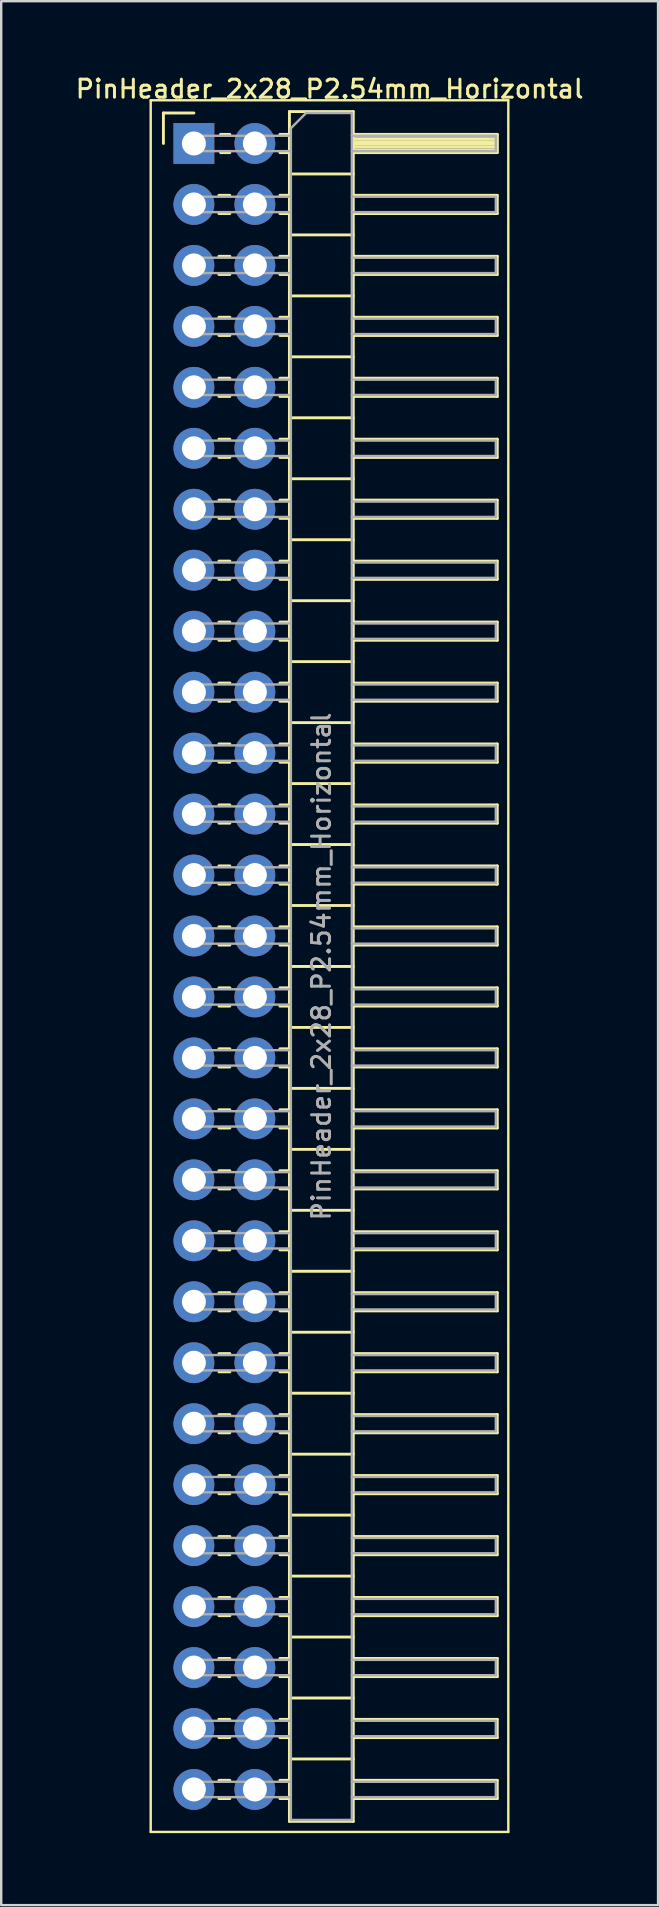
<source format=kicad_pcb>
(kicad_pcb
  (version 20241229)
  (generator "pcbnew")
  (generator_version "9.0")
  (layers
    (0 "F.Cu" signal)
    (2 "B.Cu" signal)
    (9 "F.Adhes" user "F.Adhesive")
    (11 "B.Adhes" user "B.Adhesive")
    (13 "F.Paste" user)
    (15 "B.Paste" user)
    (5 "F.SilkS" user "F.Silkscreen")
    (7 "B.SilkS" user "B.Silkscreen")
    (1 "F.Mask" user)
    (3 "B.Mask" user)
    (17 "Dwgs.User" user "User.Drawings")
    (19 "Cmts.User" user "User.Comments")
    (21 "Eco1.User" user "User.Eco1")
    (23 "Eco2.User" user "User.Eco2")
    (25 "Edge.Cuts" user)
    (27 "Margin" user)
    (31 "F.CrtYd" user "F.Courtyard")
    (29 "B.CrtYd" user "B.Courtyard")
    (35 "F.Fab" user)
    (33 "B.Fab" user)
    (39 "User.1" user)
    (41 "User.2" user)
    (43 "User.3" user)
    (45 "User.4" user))
  (footprint "PinHeader_2x28_P2.54mm_Horizontal"
    (layer "F.Cu")
    (at 5.029 2.928)
    (property "Reference" "PinHeader_2x28_P2.54mm_Horizontal" (at 5.655 -2.27 0) (layer "F.SilkS") (effects (font (size 0.75 0.75) (thickness 0.125))))
    (attr through_hole)
    (fp_line (start -1.8 -1.8) (end -1.8 70.35) (stroke (width 0.1) (type solid)) (layer "F.SilkS"))
    (fp_line (start -1.8 70.35) (end 13.1 70.35) (stroke (width 0.1) (type solid)) (layer "F.SilkS"))
    (fp_line (start -1.27 -1.27) (end 0 -1.27) (stroke (width 0.12) (type solid)) (layer "F.SilkS"))
    (fp_line (start -1.27 0) (end -1.27 -1.27) (stroke (width 0.12) (type solid)) (layer "F.SilkS"))
    (fp_line (start 1.043 2.16) (end 1.497 2.16) (stroke (width 0.12) (type solid)) (layer "F.SilkS"))
    (fp_line (start 1.043 2.92) (end 1.497 2.92) (stroke (width 0.12) (type solid)) (layer "F.SilkS"))
    (fp_line (start 1.043 4.7) (end 1.497 4.7) (stroke (width 0.12) (type solid)) (layer "F.SilkS"))
    (fp_line (start 1.043 5.46) (end 1.497 5.46) (stroke (width 0.12) (type solid)) (layer "F.SilkS"))
    (fp_line (start 1.043 7.24) (end 1.497 7.24) (stroke (width 0.12) (type solid)) (layer "F.SilkS"))
    (fp_line (start 1.043 8) (end 1.497 8) (stroke (width 0.12) (type solid)) (layer "F.SilkS"))
    (fp_line (start 1.043 9.78) (end 1.497 9.78) (stroke (width 0.12) (type solid)) (layer "F.SilkS"))
    (fp_line (start 1.043 10.54) (end 1.497 10.54) (stroke (width 0.12) (type solid)) (layer "F.SilkS"))
    (fp_line (start 1.043 12.32) (end 1.497 12.32) (stroke (width 0.12) (type solid)) (layer "F.SilkS"))
    (fp_line (start 1.043 13.08) (end 1.497 13.08) (stroke (width 0.12) (type solid)) (layer "F.SilkS"))
    (fp_line (start 1.043 14.86) (end 1.497 14.86) (stroke (width 0.12) (type solid)) (layer "F.SilkS"))
    (fp_line (start 1.043 15.62) (end 1.497 15.62) (stroke (width 0.12) (type solid)) (layer "F.SilkS"))
    (fp_line (start 1.043 17.4) (end 1.497 17.4) (stroke (width 0.12) (type solid)) (layer "F.SilkS"))
    (fp_line (start 1.043 18.16) (end 1.497 18.16) (stroke (width 0.12) (type solid)) (layer "F.SilkS"))
    (fp_line (start 1.043 19.94) (end 1.497 19.94) (stroke (width 0.12) (type solid)) (layer "F.SilkS"))
    (fp_line (start 1.043 20.7) (end 1.497 20.7) (stroke (width 0.12) (type solid)) (layer "F.SilkS"))
    (fp_line (start 1.043 22.48) (end 1.497 22.48) (stroke (width 0.12) (type solid)) (layer "F.SilkS"))
    (fp_line (start 1.043 23.24) (end 1.497 23.24) (stroke (width 0.12) (type solid)) (layer "F.SilkS"))
    (fp_line (start 1.043 25.02) (end 1.497 25.02) (stroke (width 0.12) (type solid)) (layer "F.SilkS"))
    (fp_line (start 1.043 25.78) (end 1.497 25.78) (stroke (width 0.12) (type solid)) (layer "F.SilkS"))
    (fp_line (start 1.043 27.56) (end 1.497 27.56) (stroke (width 0.12) (type solid)) (layer "F.SilkS"))
    (fp_line (start 1.043 28.32) (end 1.497 28.32) (stroke (width 0.12) (type solid)) (layer "F.SilkS"))
    (fp_line (start 1.043 30.1) (end 1.497 30.1) (stroke (width 0.12) (type solid)) (layer "F.SilkS"))
    (fp_line (start 1.043 30.86) (end 1.497 30.86) (stroke (width 0.12) (type solid)) (layer "F.SilkS"))
    (fp_line (start 1.043 32.64) (end 1.497 32.64) (stroke (width 0.12) (type solid)) (layer "F.SilkS"))
    (fp_line (start 1.043 33.4) (end 1.497 33.4) (stroke (width 0.12) (type solid)) (layer "F.SilkS"))
    (fp_line (start 1.043 35.18) (end 1.497 35.18) (stroke (width 0.12) (type solid)) (layer "F.SilkS"))
    (fp_line (start 1.043 35.94) (end 1.497 35.94) (stroke (width 0.12) (type solid)) (layer "F.SilkS"))
    (fp_line (start 1.043 37.72) (end 1.497 37.72) (stroke (width 0.12) (type solid)) (layer "F.SilkS"))
    (fp_line (start 1.043 38.48) (end 1.497 38.48) (stroke (width 0.12) (type solid)) (layer "F.SilkS"))
    (fp_line (start 1.043 40.26) (end 1.497 40.26) (stroke (width 0.12) (type solid)) (layer "F.SilkS"))
    (fp_line (start 1.043 41.02) (end 1.497 41.02) (stroke (width 0.12) (type solid)) (layer "F.SilkS"))
    (fp_line (start 1.043 42.8) (end 1.497 42.8) (stroke (width 0.12) (type solid)) (layer "F.SilkS"))
    (fp_line (start 1.043 43.56) (end 1.497 43.56) (stroke (width 0.12) (type solid)) (layer "F.SilkS"))
    (fp_line (start 1.043 45.34) (end 1.497 45.34) (stroke (width 0.12) (type solid)) (layer "F.SilkS"))
    (fp_line (start 1.043 46.1) (end 1.497 46.1) (stroke (width 0.12) (type solid)) (layer "F.SilkS"))
    (fp_line (start 1.043 47.88) (end 1.497 47.88) (stroke (width 0.12) (type solid)) (layer "F.SilkS"))
    (fp_line (start 1.043 48.64) (end 1.497 48.64) (stroke (width 0.12) (type solid)) (layer "F.SilkS"))
    (fp_line (start 1.043 50.42) (end 1.497 50.42) (stroke (width 0.12) (type solid)) (layer "F.SilkS"))
    (fp_line (start 1.043 51.18) (end 1.497 51.18) (stroke (width 0.12) (type solid)) (layer "F.SilkS"))
    (fp_line (start 1.043 52.96) (end 1.497 52.96) (stroke (width 0.12) (type solid)) (layer "F.SilkS"))
    (fp_line (start 1.043 53.72) (end 1.497 53.72) (stroke (width 0.12) (type solid)) (layer "F.SilkS"))
    (fp_line (start 1.043 55.5) (end 1.497 55.5) (stroke (width 0.12) (type solid)) (layer "F.SilkS"))
    (fp_line (start 1.043 56.26) (end 1.497 56.26) (stroke (width 0.12) (type solid)) (layer "F.SilkS"))
    (fp_line (start 1.043 58.04) (end 1.497 58.04) (stroke (width 0.12) (type solid)) (layer "F.SilkS"))
    (fp_line (start 1.043 58.8) (end 1.497 58.8) (stroke (width 0.12) (type solid)) (layer "F.SilkS"))
    (fp_line (start 1.043 60.58) (end 1.497 60.58) (stroke (width 0.12) (type solid)) (layer "F.SilkS"))
    (fp_line (start 1.043 61.34) (end 1.497 61.34) (stroke (width 0.12) (type solid)) (layer "F.SilkS"))
    (fp_line (start 1.043 63.12) (end 1.497 63.12) (stroke (width 0.12) (type solid)) (layer "F.SilkS"))
    (fp_line (start 1.043 63.88) (end 1.497 63.88) (stroke (width 0.12) (type solid)) (layer "F.SilkS"))
    (fp_line (start 1.043 65.66) (end 1.497 65.66) (stroke (width 0.12) (type solid)) (layer "F.SilkS"))
    (fp_line (start 1.043 66.42) (end 1.497 66.42) (stroke (width 0.12) (type solid)) (layer "F.SilkS"))
    (fp_line (start 1.043 68.2) (end 1.497 68.2) (stroke (width 0.12) (type solid)) (layer "F.SilkS"))
    (fp_line (start 1.043 68.96) (end 1.497 68.96) (stroke (width 0.12) (type solid)) (layer "F.SilkS"))
    (fp_line (start 1.11 -0.38) (end 1.497 -0.38) (stroke (width 0.12) (type solid)) (layer "F.SilkS"))
    (fp_line (start 1.11 0.38) (end 1.497 0.38) (stroke (width 0.12) (type solid)) (layer "F.SilkS"))
    (fp_line (start 3.583 -0.38) (end 3.98 -0.38) (stroke (width 0.12) (type solid)) (layer "F.SilkS"))
    (fp_line (start 3.583 0.38) (end 3.98 0.38) (stroke (width 0.12) (type solid)) (layer "F.SilkS"))
    (fp_line (start 3.583 2.16) (end 3.98 2.16) (stroke (width 0.12) (type solid)) (layer "F.SilkS"))
    (fp_line (start 3.583 2.92) (end 3.98 2.92) (stroke (width 0.12) (type solid)) (layer "F.SilkS"))
    (fp_line (start 3.583 4.7) (end 3.98 4.7) (stroke (width 0.12) (type solid)) (layer "F.SilkS"))
    (fp_line (start 3.583 5.46) (end 3.98 5.46) (stroke (width 0.12) (type solid)) (layer "F.SilkS"))
    (fp_line (start 3.583 7.24) (end 3.98 7.24) (stroke (width 0.12) (type solid)) (layer "F.SilkS"))
    (fp_line (start 3.583 8) (end 3.98 8) (stroke (width 0.12) (type solid)) (layer "F.SilkS"))
    (fp_line (start 3.583 9.78) (end 3.98 9.78) (stroke (width 0.12) (type solid)) (layer "F.SilkS"))
    (fp_line (start 3.583 10.54) (end 3.98 10.54) (stroke (width 0.12) (type solid)) (layer "F.SilkS"))
    (fp_line (start 3.583 12.32) (end 3.98 12.32) (stroke (width 0.12) (type solid)) (layer "F.SilkS"))
    (fp_line (start 3.583 13.08) (end 3.98 13.08) (stroke (width 0.12) (type solid)) (layer "F.SilkS"))
    (fp_line (start 3.583 14.86) (end 3.98 14.86) (stroke (width 0.12) (type solid)) (layer "F.SilkS"))
    (fp_line (start 3.583 15.62) (end 3.98 15.62) (stroke (width 0.12) (type solid)) (layer "F.SilkS"))
    (fp_line (start 3.583 17.4) (end 3.98 17.4) (stroke (width 0.12) (type solid)) (layer "F.SilkS"))
    (fp_line (start 3.583 18.16) (end 3.98 18.16) (stroke (width 0.12) (type solid)) (layer "F.SilkS"))
    (fp_line (start 3.583 19.94) (end 3.98 19.94) (stroke (width 0.12) (type solid)) (layer "F.SilkS"))
    (fp_line (start 3.583 20.7) (end 3.98 20.7) (stroke (width 0.12) (type solid)) (layer "F.SilkS"))
    (fp_line (start 3.583 22.48) (end 3.98 22.48) (stroke (width 0.12) (type solid)) (layer "F.SilkS"))
    (fp_line (start 3.583 23.24) (end 3.98 23.24) (stroke (width 0.12) (type solid)) (layer "F.SilkS"))
    (fp_line (start 3.583 25.02) (end 3.98 25.02) (stroke (width 0.12) (type solid)) (layer "F.SilkS"))
    (fp_line (start 3.583 25.78) (end 3.98 25.78) (stroke (width 0.12) (type solid)) (layer "F.SilkS"))
    (fp_line (start 3.583 27.56) (end 3.98 27.56) (stroke (width 0.12) (type solid)) (layer "F.SilkS"))
    (fp_line (start 3.583 28.32) (end 3.98 28.32) (stroke (width 0.12) (type solid)) (layer "F.SilkS"))
    (fp_line (start 3.583 30.1) (end 3.98 30.1) (stroke (width 0.12) (type solid)) (layer "F.SilkS"))
    (fp_line (start 3.583 30.86) (end 3.98 30.86) (stroke (width 0.12) (type solid)) (layer "F.SilkS"))
    (fp_line (start 3.583 32.64) (end 3.98 32.64) (stroke (width 0.12) (type solid)) (layer "F.SilkS"))
    (fp_line (start 3.583 33.4) (end 3.98 33.4) (stroke (width 0.12) (type solid)) (layer "F.SilkS"))
    (fp_line (start 3.583 35.18) (end 3.98 35.18) (stroke (width 0.12) (type solid)) (layer "F.SilkS"))
    (fp_line (start 3.583 35.94) (end 3.98 35.94) (stroke (width 0.12) (type solid)) (layer "F.SilkS"))
    (fp_line (start 3.583 37.72) (end 3.98 37.72) (stroke (width 0.12) (type solid)) (layer "F.SilkS"))
    (fp_line (start 3.583 38.48) (end 3.98 38.48) (stroke (width 0.12) (type solid)) (layer "F.SilkS"))
    (fp_line (start 3.583 40.26) (end 3.98 40.26) (stroke (width 0.12) (type solid)) (layer "F.SilkS"))
    (fp_line (start 3.583 41.02) (end 3.98 41.02) (stroke (width 0.12) (type solid)) (layer "F.SilkS"))
    (fp_line (start 3.583 42.8) (end 3.98 42.8) (stroke (width 0.12) (type solid)) (layer "F.SilkS"))
    (fp_line (start 3.583 43.56) (end 3.98 43.56) (stroke (width 0.12) (type solid)) (layer "F.SilkS"))
    (fp_line (start 3.583 45.34) (end 3.98 45.34) (stroke (width 0.12) (type solid)) (layer "F.SilkS"))
    (fp_line (start 3.583 46.1) (end 3.98 46.1) (stroke (width 0.12) (type solid)) (layer "F.SilkS"))
    (fp_line (start 3.583 47.88) (end 3.98 47.88) (stroke (width 0.12) (type solid)) (layer "F.SilkS"))
    (fp_line (start 3.583 48.64) (end 3.98 48.64) (stroke (width 0.12) (type solid)) (layer "F.SilkS"))
    (fp_line (start 3.583 50.42) (end 3.98 50.42) (stroke (width 0.12) (type solid)) (layer "F.SilkS"))
    (fp_line (start 3.583 51.18) (end 3.98 51.18) (stroke (width 0.12) (type solid)) (layer "F.SilkS"))
    (fp_line (start 3.583 52.96) (end 3.98 52.96) (stroke (width 0.12) (type solid)) (layer "F.SilkS"))
    (fp_line (start 3.583 53.72) (end 3.98 53.72) (stroke (width 0.12) (type solid)) (layer "F.SilkS"))
    (fp_line (start 3.583 55.5) (end 3.98 55.5) (stroke (width 0.12) (type solid)) (layer "F.SilkS"))
    (fp_line (start 3.583 56.26) (end 3.98 56.26) (stroke (width 0.12) (type solid)) (layer "F.SilkS"))
    (fp_line (start 3.583 58.04) (end 3.98 58.04) (stroke (width 0.12) (type solid)) (layer "F.SilkS"))
    (fp_line (start 3.583 58.8) (end 3.98 58.8) (stroke (width 0.12) (type solid)) (layer "F.SilkS"))
    (fp_line (start 3.583 60.58) (end 3.98 60.58) (stroke (width 0.12) (type solid)) (layer "F.SilkS"))
    (fp_line (start 3.583 61.34) (end 3.98 61.34) (stroke (width 0.12) (type solid)) (layer "F.SilkS"))
    (fp_line (start 3.583 63.12) (end 3.98 63.12) (stroke (width 0.12) (type solid)) (layer "F.SilkS"))
    (fp_line (start 3.583 63.88) (end 3.98 63.88) (stroke (width 0.12) (type solid)) (layer "F.SilkS"))
    (fp_line (start 3.583 65.66) (end 3.98 65.66) (stroke (width 0.12) (type solid)) (layer "F.SilkS"))
    (fp_line (start 3.583 66.42) (end 3.98 66.42) (stroke (width 0.12) (type solid)) (layer "F.SilkS"))
    (fp_line (start 3.583 68.2) (end 3.98 68.2) (stroke (width 0.12) (type solid)) (layer "F.SilkS"))
    (fp_line (start 3.583 68.96) (end 3.98 68.96) (stroke (width 0.12) (type solid)) (layer "F.SilkS"))
    (fp_line (start 3.98 -1.33) (end 3.98 69.91) (stroke (width 0.12) (type solid)) (layer "F.SilkS"))
    (fp_line (start 3.98 1.27) (end 6.64 1.27) (stroke (width 0.12) (type solid)) (layer "F.SilkS"))
    (fp_line (start 3.98 3.81) (end 6.64 3.81) (stroke (width 0.12) (type solid)) (layer "F.SilkS"))
    (fp_line (start 3.98 6.35) (end 6.64 6.35) (stroke (width 0.12) (type solid)) (layer "F.SilkS"))
    (fp_line (start 3.98 8.89) (end 6.64 8.89) (stroke (width 0.12) (type solid)) (layer "F.SilkS"))
    (fp_line (start 3.98 11.43) (end 6.64 11.43) (stroke (width 0.12) (type solid)) (layer "F.SilkS"))
    (fp_line (start 3.98 13.97) (end 6.64 13.97) (stroke (width 0.12) (type solid)) (layer "F.SilkS"))
    (fp_line (start 3.98 16.51) (end 6.64 16.51) (stroke (width 0.12) (type solid)) (layer "F.SilkS"))
    (fp_line (start 3.98 19.05) (end 6.64 19.05) (stroke (width 0.12) (type solid)) (layer "F.SilkS"))
    (fp_line (start 3.98 21.59) (end 6.64 21.59) (stroke (width 0.12) (type solid)) (layer "F.SilkS"))
    (fp_line (start 3.98 24.13) (end 6.64 24.13) (stroke (width 0.12) (type solid)) (layer "F.SilkS"))
    (fp_line (start 3.98 26.67) (end 6.64 26.67) (stroke (width 0.12) (type solid)) (layer "F.SilkS"))
    (fp_line (start 3.98 29.21) (end 6.64 29.21) (stroke (width 0.12) (type solid)) (layer "F.SilkS"))
    (fp_line (start 3.98 31.75) (end 6.64 31.75) (stroke (width 0.12) (type solid)) (layer "F.SilkS"))
    (fp_line (start 3.98 34.29) (end 6.64 34.29) (stroke (width 0.12) (type solid)) (layer "F.SilkS"))
    (fp_line (start 3.98 36.83) (end 6.64 36.83) (stroke (width 0.12) (type solid)) (layer "F.SilkS"))
    (fp_line (start 3.98 39.37) (end 6.64 39.37) (stroke (width 0.12) (type solid)) (layer "F.SilkS"))
    (fp_line (start 3.98 41.91) (end 6.64 41.91) (stroke (width 0.12) (type solid)) (layer "F.SilkS"))
    (fp_line (start 3.98 44.45) (end 6.64 44.45) (stroke (width 0.12) (type solid)) (layer "F.SilkS"))
    (fp_line (start 3.98 46.99) (end 6.64 46.99) (stroke (width 0.12) (type solid)) (layer "F.SilkS"))
    (fp_line (start 3.98 49.53) (end 6.64 49.53) (stroke (width 0.12) (type solid)) (layer "F.SilkS"))
    (fp_line (start 3.98 52.07) (end 6.64 52.07) (stroke (width 0.12) (type solid)) (layer "F.SilkS"))
    (fp_line (start 3.98 54.61) (end 6.64 54.61) (stroke (width 0.12) (type solid)) (layer "F.SilkS"))
    (fp_line (start 3.98 57.15) (end 6.64 57.15) (stroke (width 0.12) (type solid)) (layer "F.SilkS"))
    (fp_line (start 3.98 59.69) (end 6.64 59.69) (stroke (width 0.12) (type solid)) (layer "F.SilkS"))
    (fp_line (start 3.98 62.23) (end 6.64 62.23) (stroke (width 0.12) (type solid)) (layer "F.SilkS"))
    (fp_line (start 3.98 64.77) (end 6.64 64.77) (stroke (width 0.12) (type solid)) (layer "F.SilkS"))
    (fp_line (start 3.98 67.31) (end 6.64 67.31) (stroke (width 0.12) (type solid)) (layer "F.SilkS"))
    (fp_line (start 3.98 69.91) (end 6.64 69.91) (stroke (width 0.12) (type solid)) (layer "F.SilkS"))
    (fp_line (start 6.64 -1.33) (end 3.98 -1.33) (stroke (width 0.12) (type solid)) (layer "F.SilkS"))
    (fp_line (start 6.64 -0.38) (end 12.64 -0.38) (stroke (width 0.12) (type solid)) (layer "F.SilkS"))
    (fp_line (start 6.64 -0.32) (end 12.64 -0.32) (stroke (width 0.12) (type solid)) (layer "F.SilkS"))
    (fp_line (start 6.64 -0.2) (end 12.64 -0.2) (stroke (width 0.12) (type solid)) (layer "F.SilkS"))
    (fp_line (start 6.64 -0.08) (end 12.64 -0.08) (stroke (width 0.12) (type solid)) (layer "F.SilkS"))
    (fp_line (start 6.64 0.04) (end 12.64 0.04) (stroke (width 0.12) (type solid)) (layer "F.SilkS"))
    (fp_line (start 6.64 0.16) (end 12.64 0.16) (stroke (width 0.12) (type solid)) (layer "F.SilkS"))
    (fp_line (start 6.64 0.28) (end 12.64 0.28) (stroke (width 0.12) (type solid)) (layer "F.SilkS"))
    (fp_line (start 6.64 2.16) (end 12.64 2.16) (stroke (width 0.12) (type solid)) (layer "F.SilkS"))
    (fp_line (start 6.64 4.7) (end 12.64 4.7) (stroke (width 0.12) (type solid)) (layer "F.SilkS"))
    (fp_line (start 6.64 7.24) (end 12.64 7.24) (stroke (width 0.12) (type solid)) (layer "F.SilkS"))
    (fp_line (start 6.64 9.78) (end 12.64 9.78) (stroke (width 0.12) (type solid)) (layer "F.SilkS"))
    (fp_line (start 6.64 12.32) (end 12.64 12.32) (stroke (width 0.12) (type solid)) (layer "F.SilkS"))
    (fp_line (start 6.64 14.86) (end 12.64 14.86) (stroke (width 0.12) (type solid)) (layer "F.SilkS"))
    (fp_line (start 6.64 17.4) (end 12.64 17.4) (stroke (width 0.12) (type solid)) (layer "F.SilkS"))
    (fp_line (start 6.64 19.94) (end 12.64 19.94) (stroke (width 0.12) (type solid)) (layer "F.SilkS"))
    (fp_line (start 6.64 22.48) (end 12.64 22.48) (stroke (width 0.12) (type solid)) (layer "F.SilkS"))
    (fp_line (start 6.64 25.02) (end 12.64 25.02) (stroke (width 0.12) (type solid)) (layer "F.SilkS"))
    (fp_line (start 6.64 27.56) (end 12.64 27.56) (stroke (width 0.12) (type solid)) (layer "F.SilkS"))
    (fp_line (start 6.64 30.1) (end 12.64 30.1) (stroke (width 0.12) (type solid)) (layer "F.SilkS"))
    (fp_line (start 6.64 32.64) (end 12.64 32.64) (stroke (width 0.12) (type solid)) (layer "F.SilkS"))
    (fp_line (start 6.64 35.18) (end 12.64 35.18) (stroke (width 0.12) (type solid)) (layer "F.SilkS"))
    (fp_line (start 6.64 37.72) (end 12.64 37.72) (stroke (width 0.12) (type solid)) (layer "F.SilkS"))
    (fp_line (start 6.64 40.26) (end 12.64 40.26) (stroke (width 0.12) (type solid)) (layer "F.SilkS"))
    (fp_line (start 6.64 42.8) (end 12.64 42.8) (stroke (width 0.12) (type solid)) (layer "F.SilkS"))
    (fp_line (start 6.64 45.34) (end 12.64 45.34) (stroke (width 0.12) (type solid)) (layer "F.SilkS"))
    (fp_line (start 6.64 47.88) (end 12.64 47.88) (stroke (width 0.12) (type solid)) (layer "F.SilkS"))
    (fp_line (start 6.64 50.42) (end 12.64 50.42) (stroke (width 0.12) (type solid)) (layer "F.SilkS"))
    (fp_line (start 6.64 52.96) (end 12.64 52.96) (stroke (width 0.12) (type solid)) (layer "F.SilkS"))
    (fp_line (start 6.64 55.5) (end 12.64 55.5) (stroke (width 0.12) (type solid)) (layer "F.SilkS"))
    (fp_line (start 6.64 58.04) (end 12.64 58.04) (stroke (width 0.12) (type solid)) (layer "F.SilkS"))
    (fp_line (start 6.64 60.58) (end 12.64 60.58) (stroke (width 0.12) (type solid)) (layer "F.SilkS"))
    (fp_line (start 6.64 63.12) (end 12.64 63.12) (stroke (width 0.12) (type solid)) (layer "F.SilkS"))
    (fp_line (start 6.64 65.66) (end 12.64 65.66) (stroke (width 0.12) (type solid)) (layer "F.SilkS"))
    (fp_line (start 6.64 68.2) (end 12.64 68.2) (stroke (width 0.12) (type solid)) (layer "F.SilkS"))
    (fp_line (start 6.64 69.91) (end 6.64 -1.33) (stroke (width 0.12) (type solid)) (layer "F.SilkS"))
    (fp_line (start 12.64 -0.38) (end 12.64 0.38) (stroke (width 0.12) (type solid)) (layer "F.SilkS"))
    (fp_line (start 12.64 0.38) (end 6.64 0.38) (stroke (width 0.12) (type solid)) (layer "F.SilkS"))
    (fp_line (start 12.64 2.16) (end 12.64 2.92) (stroke (width 0.12) (type solid)) (layer "F.SilkS"))
    (fp_line (start 12.64 2.92) (end 6.64 2.92) (stroke (width 0.12) (type solid)) (layer "F.SilkS"))
    (fp_line (start 12.64 4.7) (end 12.64 5.46) (stroke (width 0.12) (type solid)) (layer "F.SilkS"))
    (fp_line (start 12.64 5.46) (end 6.64 5.46) (stroke (width 0.12) (type solid)) (layer "F.SilkS"))
    (fp_line (start 12.64 7.24) (end 12.64 8) (stroke (width 0.12) (type solid)) (layer "F.SilkS"))
    (fp_line (start 12.64 8) (end 6.64 8) (stroke (width 0.12) (type solid)) (layer "F.SilkS"))
    (fp_line (start 12.64 9.78) (end 12.64 10.54) (stroke (width 0.12) (type solid)) (layer "F.SilkS"))
    (fp_line (start 12.64 10.54) (end 6.64 10.54) (stroke (width 0.12) (type solid)) (layer "F.SilkS"))
    (fp_line (start 12.64 12.32) (end 12.64 13.08) (stroke (width 0.12) (type solid)) (layer "F.SilkS"))
    (fp_line (start 12.64 13.08) (end 6.64 13.08) (stroke (width 0.12) (type solid)) (layer "F.SilkS"))
    (fp_line (start 12.64 14.86) (end 12.64 15.62) (stroke (width 0.12) (type solid)) (layer "F.SilkS"))
    (fp_line (start 12.64 15.62) (end 6.64 15.62) (stroke (width 0.12) (type solid)) (layer "F.SilkS"))
    (fp_line (start 12.64 17.4) (end 12.64 18.16) (stroke (width 0.12) (type solid)) (layer "F.SilkS"))
    (fp_line (start 12.64 18.16) (end 6.64 18.16) (stroke (width 0.12) (type solid)) (layer "F.SilkS"))
    (fp_line (start 12.64 19.94) (end 12.64 20.7) (stroke (width 0.12) (type solid)) (layer "F.SilkS"))
    (fp_line (start 12.64 20.7) (end 6.64 20.7) (stroke (width 0.12) (type solid)) (layer "F.SilkS"))
    (fp_line (start 12.64 22.48) (end 12.64 23.24) (stroke (width 0.12) (type solid)) (layer "F.SilkS"))
    (fp_line (start 12.64 23.24) (end 6.64 23.24) (stroke (width 0.12) (type solid)) (layer "F.SilkS"))
    (fp_line (start 12.64 25.02) (end 12.64 25.78) (stroke (width 0.12) (type solid)) (layer "F.SilkS"))
    (fp_line (start 12.64 25.78) (end 6.64 25.78) (stroke (width 0.12) (type solid)) (layer "F.SilkS"))
    (fp_line (start 12.64 27.56) (end 12.64 28.32) (stroke (width 0.12) (type solid)) (layer "F.SilkS"))
    (fp_line (start 12.64 28.32) (end 6.64 28.32) (stroke (width 0.12) (type solid)) (layer "F.SilkS"))
    (fp_line (start 12.64 30.1) (end 12.64 30.86) (stroke (width 0.12) (type solid)) (layer "F.SilkS"))
    (fp_line (start 12.64 30.86) (end 6.64 30.86) (stroke (width 0.12) (type solid)) (layer "F.SilkS"))
    (fp_line (start 12.64 32.64) (end 12.64 33.4) (stroke (width 0.12) (type solid)) (layer "F.SilkS"))
    (fp_line (start 12.64 33.4) (end 6.64 33.4) (stroke (width 0.12) (type solid)) (layer "F.SilkS"))
    (fp_line (start 12.64 35.18) (end 12.64 35.94) (stroke (width 0.12) (type solid)) (layer "F.SilkS"))
    (fp_line (start 12.64 35.94) (end 6.64 35.94) (stroke (width 0.12) (type solid)) (layer "F.SilkS"))
    (fp_line (start 12.64 37.72) (end 12.64 38.48) (stroke (width 0.12) (type solid)) (layer "F.SilkS"))
    (fp_line (start 12.64 38.48) (end 6.64 38.48) (stroke (width 0.12) (type solid)) (layer "F.SilkS"))
    (fp_line (start 12.64 40.26) (end 12.64 41.02) (stroke (width 0.12) (type solid)) (layer "F.SilkS"))
    (fp_line (start 12.64 41.02) (end 6.64 41.02) (stroke (width 0.12) (type solid)) (layer "F.SilkS"))
    (fp_line (start 12.64 42.8) (end 12.64 43.56) (stroke (width 0.12) (type solid)) (layer "F.SilkS"))
    (fp_line (start 12.64 43.56) (end 6.64 43.56) (stroke (width 0.12) (type solid)) (layer "F.SilkS"))
    (fp_line (start 12.64 45.34) (end 12.64 46.1) (stroke (width 0.12) (type solid)) (layer "F.SilkS"))
    (fp_line (start 12.64 46.1) (end 6.64 46.1) (stroke (width 0.12) (type solid)) (layer "F.SilkS"))
    (fp_line (start 12.64 47.88) (end 12.64 48.64) (stroke (width 0.12) (type solid)) (layer "F.SilkS"))
    (fp_line (start 12.64 48.64) (end 6.64 48.64) (stroke (width 0.12) (type solid)) (layer "F.SilkS"))
    (fp_line (start 12.64 50.42) (end 12.64 51.18) (stroke (width 0.12) (type solid)) (layer "F.SilkS"))
    (fp_line (start 12.64 51.18) (end 6.64 51.18) (stroke (width 0.12) (type solid)) (layer "F.SilkS"))
    (fp_line (start 12.64 52.96) (end 12.64 53.72) (stroke (width 0.12) (type solid)) (layer "F.SilkS"))
    (fp_line (start 12.64 53.72) (end 6.64 53.72) (stroke (width 0.12) (type solid)) (layer "F.SilkS"))
    (fp_line (start 12.64 55.5) (end 12.64 56.26) (stroke (width 0.12) (type solid)) (layer "F.SilkS"))
    (fp_line (start 12.64 56.26) (end 6.64 56.26) (stroke (width 0.12) (type solid)) (layer "F.SilkS"))
    (fp_line (start 12.64 58.04) (end 12.64 58.8) (stroke (width 0.12) (type solid)) (layer "F.SilkS"))
    (fp_line (start 12.64 58.8) (end 6.64 58.8) (stroke (width 0.12) (type solid)) (layer "F.SilkS"))
    (fp_line (start 12.64 60.58) (end 12.64 61.34) (stroke (width 0.12) (type solid)) (layer "F.SilkS"))
    (fp_line (start 12.64 61.34) (end 6.64 61.34) (stroke (width 0.12) (type solid)) (layer "F.SilkS"))
    (fp_line (start 12.64 63.12) (end 12.64 63.88) (stroke (width 0.12) (type solid)) (layer "F.SilkS"))
    (fp_line (start 12.64 63.88) (end 6.64 63.88) (stroke (width 0.12) (type solid)) (layer "F.SilkS"))
    (fp_line (start 12.64 65.66) (end 12.64 66.42) (stroke (width 0.12) (type solid)) (layer "F.SilkS"))
    (fp_line (start 12.64 66.42) (end 6.64 66.42) (stroke (width 0.12) (type solid)) (layer "F.SilkS"))
    (fp_line (start 12.64 68.2) (end 12.64 68.96) (stroke (width 0.12) (type solid)) (layer "F.SilkS"))
    (fp_line (start 12.64 68.96) (end 6.64 68.96) (stroke (width 0.12) (type solid)) (layer "F.SilkS"))
    (fp_line (start 13.1 -1.8) (end -1.8 -1.8) (stroke (width 0.1) (type solid)) (layer "F.SilkS"))
    (fp_line (start 13.1 70.35) (end 13.1 -1.8) (stroke (width 0.1) (type solid)) (layer "F.SilkS"))
    (fp_line (start -0.32 -0.32) (end -0.32 0.32) (stroke (width 0.1) (type solid)) (layer "F.Fab"))
    (fp_line (start -0.32 -0.32) (end 4.04 -0.32) (stroke (width 0.1) (type solid)) (layer "F.Fab"))
    (fp_line (start -0.32 0.32) (end 4.04 0.32) (stroke (width 0.1) (type solid)) (layer "F.Fab"))
    (fp_line (start -0.32 2.22) (end -0.32 2.86) (stroke (width 0.1) (type solid)) (layer "F.Fab"))
    (fp_line (start -0.32 2.22) (end 4.04 2.22) (stroke (width 0.1) (type solid)) (layer "F.Fab"))
    (fp_line (start -0.32 2.86) (end 4.04 2.86) (stroke (width 0.1) (type solid)) (layer "F.Fab"))
    (fp_line (start -0.32 4.76) (end -0.32 5.4) (stroke (width 0.1) (type solid)) (layer "F.Fab"))
    (fp_line (start -0.32 4.76) (end 4.04 4.76) (stroke (width 0.1) (type solid)) (layer "F.Fab"))
    (fp_line (start -0.32 5.4) (end 4.04 5.4) (stroke (width 0.1) (type solid)) (layer "F.Fab"))
    (fp_line (start -0.32 7.3) (end -0.32 7.94) (stroke (width 0.1) (type solid)) (layer "F.Fab"))
    (fp_line (start -0.32 7.3) (end 4.04 7.3) (stroke (width 0.1) (type solid)) (layer "F.Fab"))
    (fp_line (start -0.32 7.94) (end 4.04 7.94) (stroke (width 0.1) (type solid)) (layer "F.Fab"))
    (fp_line (start -0.32 9.84) (end -0.32 10.48) (stroke (width 0.1) (type solid)) (layer "F.Fab"))
    (fp_line (start -0.32 9.84) (end 4.04 9.84) (stroke (width 0.1) (type solid)) (layer "F.Fab"))
    (fp_line (start -0.32 10.48) (end 4.04 10.48) (stroke (width 0.1) (type solid)) (layer "F.Fab"))
    (fp_line (start -0.32 12.38) (end -0.32 13.02) (stroke (width 0.1) (type solid)) (layer "F.Fab"))
    (fp_line (start -0.32 12.38) (end 4.04 12.38) (stroke (width 0.1) (type solid)) (layer "F.Fab"))
    (fp_line (start -0.32 13.02) (end 4.04 13.02) (stroke (width 0.1) (type solid)) (layer "F.Fab"))
    (fp_line (start -0.32 14.92) (end -0.32 15.56) (stroke (width 0.1) (type solid)) (layer "F.Fab"))
    (fp_line (start -0.32 14.92) (end 4.04 14.92) (stroke (width 0.1) (type solid)) (layer "F.Fab"))
    (fp_line (start -0.32 15.56) (end 4.04 15.56) (stroke (width 0.1) (type solid)) (layer "F.Fab"))
    (fp_line (start -0.32 17.46) (end -0.32 18.1) (stroke (width 0.1) (type solid)) (layer "F.Fab"))
    (fp_line (start -0.32 17.46) (end 4.04 17.46) (stroke (width 0.1) (type solid)) (layer "F.Fab"))
    (fp_line (start -0.32 18.1) (end 4.04 18.1) (stroke (width 0.1) (type solid)) (layer "F.Fab"))
    (fp_line (start -0.32 20) (end -0.32 20.64) (stroke (width 0.1) (type solid)) (layer "F.Fab"))
    (fp_line (start -0.32 20) (end 4.04 20) (stroke (width 0.1) (type solid)) (layer "F.Fab"))
    (fp_line (start -0.32 20.64) (end 4.04 20.64) (stroke (width 0.1) (type solid)) (layer "F.Fab"))
    (fp_line (start -0.32 22.54) (end -0.32 23.18) (stroke (width 0.1) (type solid)) (layer "F.Fab"))
    (fp_line (start -0.32 22.54) (end 4.04 22.54) (stroke (width 0.1) (type solid)) (layer "F.Fab"))
    (fp_line (start -0.32 23.18) (end 4.04 23.18) (stroke (width 0.1) (type solid)) (layer "F.Fab"))
    (fp_line (start -0.32 25.08) (end -0.32 25.72) (stroke (width 0.1) (type solid)) (layer "F.Fab"))
    (fp_line (start -0.32 25.08) (end 4.04 25.08) (stroke (width 0.1) (type solid)) (layer "F.Fab"))
    (fp_line (start -0.32 25.72) (end 4.04 25.72) (stroke (width 0.1) (type solid)) (layer "F.Fab"))
    (fp_line (start -0.32 27.62) (end -0.32 28.26) (stroke (width 0.1) (type solid)) (layer "F.Fab"))
    (fp_line (start -0.32 27.62) (end 4.04 27.62) (stroke (width 0.1) (type solid)) (layer "F.Fab"))
    (fp_line (start -0.32 28.26) (end 4.04 28.26) (stroke (width 0.1) (type solid)) (layer "F.Fab"))
    (fp_line (start -0.32 30.16) (end -0.32 30.8) (stroke (width 0.1) (type solid)) (layer "F.Fab"))
    (fp_line (start -0.32 30.16) (end 4.04 30.16) (stroke (width 0.1) (type solid)) (layer "F.Fab"))
    (fp_line (start -0.32 30.8) (end 4.04 30.8) (stroke (width 0.1) (type solid)) (layer "F.Fab"))
    (fp_line (start -0.32 32.7) (end -0.32 33.34) (stroke (width 0.1) (type solid)) (layer "F.Fab"))
    (fp_line (start -0.32 32.7) (end 4.04 32.7) (stroke (width 0.1) (type solid)) (layer "F.Fab"))
    (fp_line (start -0.32 33.34) (end 4.04 33.34) (stroke (width 0.1) (type solid)) (layer "F.Fab"))
    (fp_line (start -0.32 35.24) (end -0.32 35.88) (stroke (width 0.1) (type solid)) (layer "F.Fab"))
    (fp_line (start -0.32 35.24) (end 4.04 35.24) (stroke (width 0.1) (type solid)) (layer "F.Fab"))
    (fp_line (start -0.32 35.88) (end 4.04 35.88) (stroke (width 0.1) (type solid)) (layer "F.Fab"))
    (fp_line (start -0.32 37.78) (end -0.32 38.42) (stroke (width 0.1) (type solid)) (layer "F.Fab"))
    (fp_line (start -0.32 37.78) (end 4.04 37.78) (stroke (width 0.1) (type solid)) (layer "F.Fab"))
    (fp_line (start -0.32 38.42) (end 4.04 38.42) (stroke (width 0.1) (type solid)) (layer "F.Fab"))
    (fp_line (start -0.32 40.32) (end -0.32 40.96) (stroke (width 0.1) (type solid)) (layer "F.Fab"))
    (fp_line (start -0.32 40.32) (end 4.04 40.32) (stroke (width 0.1) (type solid)) (layer "F.Fab"))
    (fp_line (start -0.32 40.96) (end 4.04 40.96) (stroke (width 0.1) (type solid)) (layer "F.Fab"))
    (fp_line (start -0.32 42.86) (end -0.32 43.5) (stroke (width 0.1) (type solid)) (layer "F.Fab"))
    (fp_line (start -0.32 42.86) (end 4.04 42.86) (stroke (width 0.1) (type solid)) (layer "F.Fab"))
    (fp_line (start -0.32 43.5) (end 4.04 43.5) (stroke (width 0.1) (type solid)) (layer "F.Fab"))
    (fp_line (start -0.32 45.4) (end -0.32 46.04) (stroke (width 0.1) (type solid)) (layer "F.Fab"))
    (fp_line (start -0.32 45.4) (end 4.04 45.4) (stroke (width 0.1) (type solid)) (layer "F.Fab"))
    (fp_line (start -0.32 46.04) (end 4.04 46.04) (stroke (width 0.1) (type solid)) (layer "F.Fab"))
    (fp_line (start -0.32 47.94) (end -0.32 48.58) (stroke (width 0.1) (type solid)) (layer "F.Fab"))
    (fp_line (start -0.32 47.94) (end 4.04 47.94) (stroke (width 0.1) (type solid)) (layer "F.Fab"))
    (fp_line (start -0.32 48.58) (end 4.04 48.58) (stroke (width 0.1) (type solid)) (layer "F.Fab"))
    (fp_line (start -0.32 50.48) (end -0.32 51.12) (stroke (width 0.1) (type solid)) (layer "F.Fab"))
    (fp_line (start -0.32 50.48) (end 4.04 50.48) (stroke (width 0.1) (type solid)) (layer "F.Fab"))
    (fp_line (start -0.32 51.12) (end 4.04 51.12) (stroke (width 0.1) (type solid)) (layer "F.Fab"))
    (fp_line (start -0.32 53.02) (end -0.32 53.66) (stroke (width 0.1) (type solid)) (layer "F.Fab"))
    (fp_line (start -0.32 53.02) (end 4.04 53.02) (stroke (width 0.1) (type solid)) (layer "F.Fab"))
    (fp_line (start -0.32 53.66) (end 4.04 53.66) (stroke (width 0.1) (type solid)) (layer "F.Fab"))
    (fp_line (start -0.32 55.56) (end -0.32 56.2) (stroke (width 0.1) (type solid)) (layer "F.Fab"))
    (fp_line (start -0.32 55.56) (end 4.04 55.56) (stroke (width 0.1) (type solid)) (layer "F.Fab"))
    (fp_line (start -0.32 56.2) (end 4.04 56.2) (stroke (width 0.1) (type solid)) (layer "F.Fab"))
    (fp_line (start -0.32 58.1) (end -0.32 58.74) (stroke (width 0.1) (type solid)) (layer "F.Fab"))
    (fp_line (start -0.32 58.1) (end 4.04 58.1) (stroke (width 0.1) (type solid)) (layer "F.Fab"))
    (fp_line (start -0.32 58.74) (end 4.04 58.74) (stroke (width 0.1) (type solid)) (layer "F.Fab"))
    (fp_line (start -0.32 60.64) (end -0.32 61.28) (stroke (width 0.1) (type solid)) (layer "F.Fab"))
    (fp_line (start -0.32 60.64) (end 4.04 60.64) (stroke (width 0.1) (type solid)) (layer "F.Fab"))
    (fp_line (start -0.32 61.28) (end 4.04 61.28) (stroke (width 0.1) (type solid)) (layer "F.Fab"))
    (fp_line (start -0.32 63.18) (end -0.32 63.82) (stroke (width 0.1) (type solid)) (layer "F.Fab"))
    (fp_line (start -0.32 63.18) (end 4.04 63.18) (stroke (width 0.1) (type solid)) (layer "F.Fab"))
    (fp_line (start -0.32 63.82) (end 4.04 63.82) (stroke (width 0.1) (type solid)) (layer "F.Fab"))
    (fp_line (start -0.32 65.72) (end -0.32 66.36) (stroke (width 0.1) (type solid)) (layer "F.Fab"))
    (fp_line (start -0.32 65.72) (end 4.04 65.72) (stroke (width 0.1) (type solid)) (layer "F.Fab"))
    (fp_line (start -0.32 66.36) (end 4.04 66.36) (stroke (width 0.1) (type solid)) (layer "F.Fab"))
    (fp_line (start -0.32 68.26) (end -0.32 68.9) (stroke (width 0.1) (type solid)) (layer "F.Fab"))
    (fp_line (start -0.32 68.26) (end 4.04 68.26) (stroke (width 0.1) (type solid)) (layer "F.Fab"))
    (fp_line (start -0.32 68.9) (end 4.04 68.9) (stroke (width 0.1) (type solid)) (layer "F.Fab"))
    (fp_line (start 4.04 -0.635) (end 4.675 -1.27) (stroke (width 0.1) (type solid)) (layer "F.Fab"))
    (fp_line (start 4.04 69.85) (end 4.04 -0.635) (stroke (width 0.1) (type solid)) (layer "F.Fab"))
    (fp_line (start 4.675 -1.27) (end 6.58 -1.27) (stroke (width 0.1) (type solid)) (layer "F.Fab"))
    (fp_line (start 6.58 -1.27) (end 6.58 69.85) (stroke (width 0.1) (type solid)) (layer "F.Fab"))
    (fp_line (start 6.58 -0.32) (end 12.58 -0.32) (stroke (width 0.1) (type solid)) (layer "F.Fab"))
    (fp_line (start 6.58 0.32) (end 12.58 0.32) (stroke (width 0.1) (type solid)) (layer "F.Fab"))
    (fp_line (start 6.58 2.22) (end 12.58 2.22) (stroke (width 0.1) (type solid)) (layer "F.Fab"))
    (fp_line (start 6.58 2.86) (end 12.58 2.86) (stroke (width 0.1) (type solid)) (layer "F.Fab"))
    (fp_line (start 6.58 4.76) (end 12.58 4.76) (stroke (width 0.1) (type solid)) (layer "F.Fab"))
    (fp_line (start 6.58 5.4) (end 12.58 5.4) (stroke (width 0.1) (type solid)) (layer "F.Fab"))
    (fp_line (start 6.58 7.3) (end 12.58 7.3) (stroke (width 0.1) (type solid)) (layer "F.Fab"))
    (fp_line (start 6.58 7.94) (end 12.58 7.94) (stroke (width 0.1) (type solid)) (layer "F.Fab"))
    (fp_line (start 6.58 9.84) (end 12.58 9.84) (stroke (width 0.1) (type solid)) (layer "F.Fab"))
    (fp_line (start 6.58 10.48) (end 12.58 10.48) (stroke (width 0.1) (type solid)) (layer "F.Fab"))
    (fp_line (start 6.58 12.38) (end 12.58 12.38) (stroke (width 0.1) (type solid)) (layer "F.Fab"))
    (fp_line (start 6.58 13.02) (end 12.58 13.02) (stroke (width 0.1) (type solid)) (layer "F.Fab"))
    (fp_line (start 6.58 14.92) (end 12.58 14.92) (stroke (width 0.1) (type solid)) (layer "F.Fab"))
    (fp_line (start 6.58 15.56) (end 12.58 15.56) (stroke (width 0.1) (type solid)) (layer "F.Fab"))
    (fp_line (start 6.58 17.46) (end 12.58 17.46) (stroke (width 0.1) (type solid)) (layer "F.Fab"))
    (fp_line (start 6.58 18.1) (end 12.58 18.1) (stroke (width 0.1) (type solid)) (layer "F.Fab"))
    (fp_line (start 6.58 20) (end 12.58 20) (stroke (width 0.1) (type solid)) (layer "F.Fab"))
    (fp_line (start 6.58 20.64) (end 12.58 20.64) (stroke (width 0.1) (type solid)) (layer "F.Fab"))
    (fp_line (start 6.58 22.54) (end 12.58 22.54) (stroke (width 0.1) (type solid)) (layer "F.Fab"))
    (fp_line (start 6.58 23.18) (end 12.58 23.18) (stroke (width 0.1) (type solid)) (layer "F.Fab"))
    (fp_line (start 6.58 25.08) (end 12.58 25.08) (stroke (width 0.1) (type solid)) (layer "F.Fab"))
    (fp_line (start 6.58 25.72) (end 12.58 25.72) (stroke (width 0.1) (type solid)) (layer "F.Fab"))
    (fp_line (start 6.58 27.62) (end 12.58 27.62) (stroke (width 0.1) (type solid)) (layer "F.Fab"))
    (fp_line (start 6.58 28.26) (end 12.58 28.26) (stroke (width 0.1) (type solid)) (layer "F.Fab"))
    (fp_line (start 6.58 30.16) (end 12.58 30.16) (stroke (width 0.1) (type solid)) (layer "F.Fab"))
    (fp_line (start 6.58 30.8) (end 12.58 30.8) (stroke (width 0.1) (type solid)) (layer "F.Fab"))
    (fp_line (start 6.58 32.7) (end 12.58 32.7) (stroke (width 0.1) (type solid)) (layer "F.Fab"))
    (fp_line (start 6.58 33.34) (end 12.58 33.34) (stroke (width 0.1) (type solid)) (layer "F.Fab"))
    (fp_line (start 6.58 35.24) (end 12.58 35.24) (stroke (width 0.1) (type solid)) (layer "F.Fab"))
    (fp_line (start 6.58 35.88) (end 12.58 35.88) (stroke (width 0.1) (type solid)) (layer "F.Fab"))
    (fp_line (start 6.58 37.78) (end 12.58 37.78) (stroke (width 0.1) (type solid)) (layer "F.Fab"))
    (fp_line (start 6.58 38.42) (end 12.58 38.42) (stroke (width 0.1) (type solid)) (layer "F.Fab"))
    (fp_line (start 6.58 40.32) (end 12.58 40.32) (stroke (width 0.1) (type solid)) (layer "F.Fab"))
    (fp_line (start 6.58 40.96) (end 12.58 40.96) (stroke (width 0.1) (type solid)) (layer "F.Fab"))
    (fp_line (start 6.58 42.86) (end 12.58 42.86) (stroke (width 0.1) (type solid)) (layer "F.Fab"))
    (fp_line (start 6.58 43.5) (end 12.58 43.5) (stroke (width 0.1) (type solid)) (layer "F.Fab"))
    (fp_line (start 6.58 45.4) (end 12.58 45.4) (stroke (width 0.1) (type solid)) (layer "F.Fab"))
    (fp_line (start 6.58 46.04) (end 12.58 46.04) (stroke (width 0.1) (type solid)) (layer "F.Fab"))
    (fp_line (start 6.58 47.94) (end 12.58 47.94) (stroke (width 0.1) (type solid)) (layer "F.Fab"))
    (fp_line (start 6.58 48.58) (end 12.58 48.58) (stroke (width 0.1) (type solid)) (layer "F.Fab"))
    (fp_line (start 6.58 50.48) (end 12.58 50.48) (stroke (width 0.1) (type solid)) (layer "F.Fab"))
    (fp_line (start 6.58 51.12) (end 12.58 51.12) (stroke (width 0.1) (type solid)) (layer "F.Fab"))
    (fp_line (start 6.58 53.02) (end 12.58 53.02) (stroke (width 0.1) (type solid)) (layer "F.Fab"))
    (fp_line (start 6.58 53.66) (end 12.58 53.66) (stroke (width 0.1) (type solid)) (layer "F.Fab"))
    (fp_line (start 6.58 55.56) (end 12.58 55.56) (stroke (width 0.1) (type solid)) (layer "F.Fab"))
    (fp_line (start 6.58 56.2) (end 12.58 56.2) (stroke (width 0.1) (type solid)) (layer "F.Fab"))
    (fp_line (start 6.58 58.1) (end 12.58 58.1) (stroke (width 0.1) (type solid)) (layer "F.Fab"))
    (fp_line (start 6.58 58.74) (end 12.58 58.74) (stroke (width 0.1) (type solid)) (layer "F.Fab"))
    (fp_line (start 6.58 60.64) (end 12.58 60.64) (stroke (width 0.1) (type solid)) (layer "F.Fab"))
    (fp_line (start 6.58 61.28) (end 12.58 61.28) (stroke (width 0.1) (type solid)) (layer "F.Fab"))
    (fp_line (start 6.58 63.18) (end 12.58 63.18) (stroke (width 0.1) (type solid)) (layer "F.Fab"))
    (fp_line (start 6.58 63.82) (end 12.58 63.82) (stroke (width 0.1) (type solid)) (layer "F.Fab"))
    (fp_line (start 6.58 65.72) (end 12.58 65.72) (stroke (width 0.1) (type solid)) (layer "F.Fab"))
    (fp_line (start 6.58 66.36) (end 12.58 66.36) (stroke (width 0.1) (type solid)) (layer "F.Fab"))
    (fp_line (start 6.58 68.26) (end 12.58 68.26) (stroke (width 0.1) (type solid)) (layer "F.Fab"))
    (fp_line (start 6.58 68.9) (end 12.58 68.9) (stroke (width 0.1) (type solid)) (layer "F.Fab"))
    (fp_line (start 6.58 69.85) (end 4.04 69.85) (stroke (width 0.1) (type solid)) (layer "F.Fab"))
    (fp_line (start 12.58 -0.32) (end 12.58 0.32) (stroke (width 0.1) (type solid)) (layer "F.Fab"))
    (fp_line (start 12.58 2.22) (end 12.58 2.86) (stroke (width 0.1) (type solid)) (layer "F.Fab"))
    (fp_line (start 12.58 4.76) (end 12.58 5.4) (stroke (width 0.1) (type solid)) (layer "F.Fab"))
    (fp_line (start 12.58 7.3) (end 12.58 7.94) (stroke (width 0.1) (type solid)) (layer "F.Fab"))
    (fp_line (start 12.58 9.84) (end 12.58 10.48) (stroke (width 0.1) (type solid)) (layer "F.Fab"))
    (fp_line (start 12.58 12.38) (end 12.58 13.02) (stroke (width 0.1) (type solid)) (layer "F.Fab"))
    (fp_line (start 12.58 14.92) (end 12.58 15.56) (stroke (width 0.1) (type solid)) (layer "F.Fab"))
    (fp_line (start 12.58 17.46) (end 12.58 18.1) (stroke (width 0.1) (type solid)) (layer "F.Fab"))
    (fp_line (start 12.58 20) (end 12.58 20.64) (stroke (width 0.1) (type solid)) (layer "F.Fab"))
    (fp_line (start 12.58 22.54) (end 12.58 23.18) (stroke (width 0.1) (type solid)) (layer "F.Fab"))
    (fp_line (start 12.58 25.08) (end 12.58 25.72) (stroke (width 0.1) (type solid)) (layer "F.Fab"))
    (fp_line (start 12.58 27.62) (end 12.58 28.26) (stroke (width 0.1) (type solid)) (layer "F.Fab"))
    (fp_line (start 12.58 30.16) (end 12.58 30.8) (stroke (width 0.1) (type solid)) (layer "F.Fab"))
    (fp_line (start 12.58 32.7) (end 12.58 33.34) (stroke (width 0.1) (type solid)) (layer "F.Fab"))
    (fp_line (start 12.58 35.24) (end 12.58 35.88) (stroke (width 0.1) (type solid)) (layer "F.Fab"))
    (fp_line (start 12.58 37.78) (end 12.58 38.42) (stroke (width 0.1) (type solid)) (layer "F.Fab"))
    (fp_line (start 12.58 40.32) (end 12.58 40.96) (stroke (width 0.1) (type solid)) (layer "F.Fab"))
    (fp_line (start 12.58 42.86) (end 12.58 43.5) (stroke (width 0.1) (type solid)) (layer "F.Fab"))
    (fp_line (start 12.58 45.4) (end 12.58 46.04) (stroke (width 0.1) (type solid)) (layer "F.Fab"))
    (fp_line (start 12.58 47.94) (end 12.58 48.58) (stroke (width 0.1) (type solid)) (layer "F.Fab"))
    (fp_line (start 12.58 50.48) (end 12.58 51.12) (stroke (width 0.1) (type solid)) (layer "F.Fab"))
    (fp_line (start 12.58 53.02) (end 12.58 53.66) (stroke (width 0.1) (type solid)) (layer "F.Fab"))
    (fp_line (start 12.58 55.56) (end 12.58 56.2) (stroke (width 0.1) (type solid)) (layer "F.Fab"))
    (fp_line (start 12.58 58.1) (end 12.58 58.74) (stroke (width 0.1) (type solid)) (layer "F.Fab"))
    (fp_line (start 12.58 60.64) (end 12.58 61.28) (stroke (width 0.1) (type solid)) (layer "F.Fab"))
    (fp_line (start 12.58 63.18) (end 12.58 63.82) (stroke (width 0.1) (type solid)) (layer "F.Fab"))
    (fp_line (start 12.58 65.72) (end 12.58 66.36) (stroke (width 0.1) (type solid)) (layer "F.Fab"))
    (fp_line (start 12.58 68.26) (end 12.58 68.9) (stroke (width 0.1) (type solid)) (layer "F.Fab"))
    (fp_text user "${REFERENCE}" (at 5.31 34.29 90) (layer "F.Fab") (effects (font (size 0.75 0.75) (thickness 0.125))))
    (pad "1" thru_hole rect (at 0 0) (size 1.7 1.7) (drill 1) (layers "*.Cu" "*.Mask"))
    (pad "2" thru_hole oval (at 2.54 0) (size 1.7 1.7) (drill 1) (layers "*.Cu" "*.Mask"))
    (pad "3" thru_hole oval (at 0 2.54) (size 1.7 1.7) (drill 1) (layers "*.Cu" "*.Mask"))
    (pad "4" thru_hole oval (at 2.54 2.54) (size 1.7 1.7) (drill 1) (layers "*.Cu" "*.Mask"))
    (pad "5" thru_hole oval (at 0 5.08) (size 1.7 1.7) (drill 1) (layers "*.Cu" "*.Mask"))
    (pad "6" thru_hole oval (at 2.54 5.08) (size 1.7 1.7) (drill 1) (layers "*.Cu" "*.Mask"))
    (pad "7" thru_hole oval (at 0 7.62) (size 1.7 1.7) (drill 1) (layers "*.Cu" "*.Mask"))
    (pad "8" thru_hole oval (at 2.54 7.62) (size 1.7 1.7) (drill 1) (layers "*.Cu" "*.Mask"))
    (pad "9" thru_hole oval (at 0 10.16) (size 1.7 1.7) (drill 1) (layers "*.Cu" "*.Mask"))
    (pad "10" thru_hole oval (at 2.54 10.16) (size 1.7 1.7) (drill 1) (layers "*.Cu" "*.Mask"))
    (pad "11" thru_hole oval (at 0 12.7) (size 1.7 1.7) (drill 1) (layers "*.Cu" "*.Mask"))
    (pad "12" thru_hole oval (at 2.54 12.7) (size 1.7 1.7) (drill 1) (layers "*.Cu" "*.Mask"))
    (pad "13" thru_hole oval (at 0 15.24) (size 1.7 1.7) (drill 1) (layers "*.Cu" "*.Mask"))
    (pad "14" thru_hole oval (at 2.54 15.24) (size 1.7 1.7) (drill 1) (layers "*.Cu" "*.Mask"))
    (pad "15" thru_hole oval (at 0 17.78) (size 1.7 1.7) (drill 1) (layers "*.Cu" "*.Mask"))
    (pad "16" thru_hole oval (at 2.54 17.78) (size 1.7 1.7) (drill 1) (layers "*.Cu" "*.Mask"))
    (pad "17" thru_hole oval (at 0 20.32) (size 1.7 1.7) (drill 1) (layers "*.Cu" "*.Mask"))
    (pad "18" thru_hole oval (at 2.54 20.32) (size 1.7 1.7) (drill 1) (layers "*.Cu" "*.Mask"))
    (pad "19" thru_hole oval (at 0 22.86) (size 1.7 1.7) (drill 1) (layers "*.Cu" "*.Mask"))
    (pad "20" thru_hole oval (at 2.54 22.86) (size 1.7 1.7) (drill 1) (layers "*.Cu" "*.Mask"))
    (pad "21" thru_hole oval (at 0 25.4) (size 1.7 1.7) (drill 1) (layers "*.Cu" "*.Mask"))
    (pad "22" thru_hole oval (at 2.54 25.4) (size 1.7 1.7) (drill 1) (layers "*.Cu" "*.Mask"))
    (pad "23" thru_hole oval (at 0 27.94) (size 1.7 1.7) (drill 1) (layers "*.Cu" "*.Mask"))
    (pad "24" thru_hole oval (at 2.54 27.94) (size 1.7 1.7) (drill 1) (layers "*.Cu" "*.Mask"))
    (pad "25" thru_hole oval (at 0 30.48) (size 1.7 1.7) (drill 1) (layers "*.Cu" "*.Mask"))
    (pad "26" thru_hole oval (at 2.54 30.48) (size 1.7 1.7) (drill 1) (layers "*.Cu" "*.Mask"))
    (pad "27" thru_hole oval (at 0 33.02) (size 1.7 1.7) (drill 1) (layers "*.Cu" "*.Mask"))
    (pad "28" thru_hole oval (at 2.54 33.02) (size 1.7 1.7) (drill 1) (layers "*.Cu" "*.Mask"))
    (pad "29" thru_hole oval (at 0 35.56) (size 1.7 1.7) (drill 1) (layers "*.Cu" "*.Mask"))
    (pad "30" thru_hole oval (at 2.54 35.56) (size 1.7 1.7) (drill 1) (layers "*.Cu" "*.Mask"))
    (pad "31" thru_hole oval (at 0 38.1) (size 1.7 1.7) (drill 1) (layers "*.Cu" "*.Mask"))
    (pad "32" thru_hole oval (at 2.54 38.1) (size 1.7 1.7) (drill 1) (layers "*.Cu" "*.Mask"))
    (pad "33" thru_hole oval (at 0 40.64) (size 1.7 1.7) (drill 1) (layers "*.Cu" "*.Mask"))
    (pad "34" thru_hole oval (at 2.54 40.64) (size 1.7 1.7) (drill 1) (layers "*.Cu" "*.Mask"))
    (pad "35" thru_hole oval (at 0 43.18) (size 1.7 1.7) (drill 1) (layers "*.Cu" "*.Mask"))
    (pad "36" thru_hole oval (at 2.54 43.18) (size 1.7 1.7) (drill 1) (layers "*.Cu" "*.Mask"))
    (pad "37" thru_hole oval (at 0 45.72) (size 1.7 1.7) (drill 1) (layers "*.Cu" "*.Mask"))
    (pad "38" thru_hole oval (at 2.54 45.72) (size 1.7 1.7) (drill 1) (layers "*.Cu" "*.Mask"))
    (pad "39" thru_hole oval (at 0 48.26) (size 1.7 1.7) (drill 1) (layers "*.Cu" "*.Mask"))
    (pad "40" thru_hole oval (at 2.54 48.26) (size 1.7 1.7) (drill 1) (layers "*.Cu" "*.Mask"))
    (pad "41" thru_hole oval (at 0 50.8) (size 1.7 1.7) (drill 1) (layers "*.Cu" "*.Mask"))
    (pad "42" thru_hole oval (at 2.54 50.8) (size 1.7 1.7) (drill 1) (layers "*.Cu" "*.Mask"))
    (pad "43" thru_hole oval (at 0 53.34) (size 1.7 1.7) (drill 1) (layers "*.Cu" "*.Mask"))
    (pad "44" thru_hole oval (at 2.54 53.34) (size 1.7 1.7) (drill 1) (layers "*.Cu" "*.Mask"))
    (pad "45" thru_hole oval (at 0 55.88) (size 1.7 1.7) (drill 1) (layers "*.Cu" "*.Mask"))
    (pad "46" thru_hole oval (at 2.54 55.88) (size 1.7 1.7) (drill 1) (layers "*.Cu" "*.Mask"))
    (pad "47" thru_hole oval (at 0 58.42) (size 1.7 1.7) (drill 1) (layers "*.Cu" "*.Mask"))
    (pad "48" thru_hole oval (at 2.54 58.42) (size 1.7 1.7) (drill 1) (layers "*.Cu" "*.Mask"))
    (pad "49" thru_hole oval (at 0 60.96) (size 1.7 1.7) (drill 1) (layers "*.Cu" "*.Mask"))
    (pad "50" thru_hole oval (at 2.54 60.96) (size 1.7 1.7) (drill 1) (layers "*.Cu" "*.Mask"))
    (pad "51" thru_hole oval (at 0 63.5) (size 1.7 1.7) (drill 1) (layers "*.Cu" "*.Mask"))
    (pad "52" thru_hole oval (at 2.54 63.5) (size 1.7 1.7) (drill 1) (layers "*.Cu" "*.Mask"))
    (pad "53" thru_hole oval (at 0 66.04) (size 1.7 1.7) (drill 1) (layers "*.Cu" "*.Mask"))
    (pad "54" thru_hole oval (at 2.54 66.04) (size 1.7 1.7) (drill 1) (layers "*.Cu" "*.Mask"))
    (pad "55" thru_hole oval (at 0 68.58) (size 1.7 1.7) (drill 1) (layers "*.Cu" "*.Mask"))
    (pad "56" thru_hole oval (at 2.54 68.58) (size 1.7 1.7) (drill 1) (layers "*.Cu" "*.Mask")))
  (gr_rect
    (start -3 -3)
    (end 24.368 76.328)
    (stroke (width 0.1) (type default))
    (fill no)
    (layer "Edge.Cuts")))
</source>
